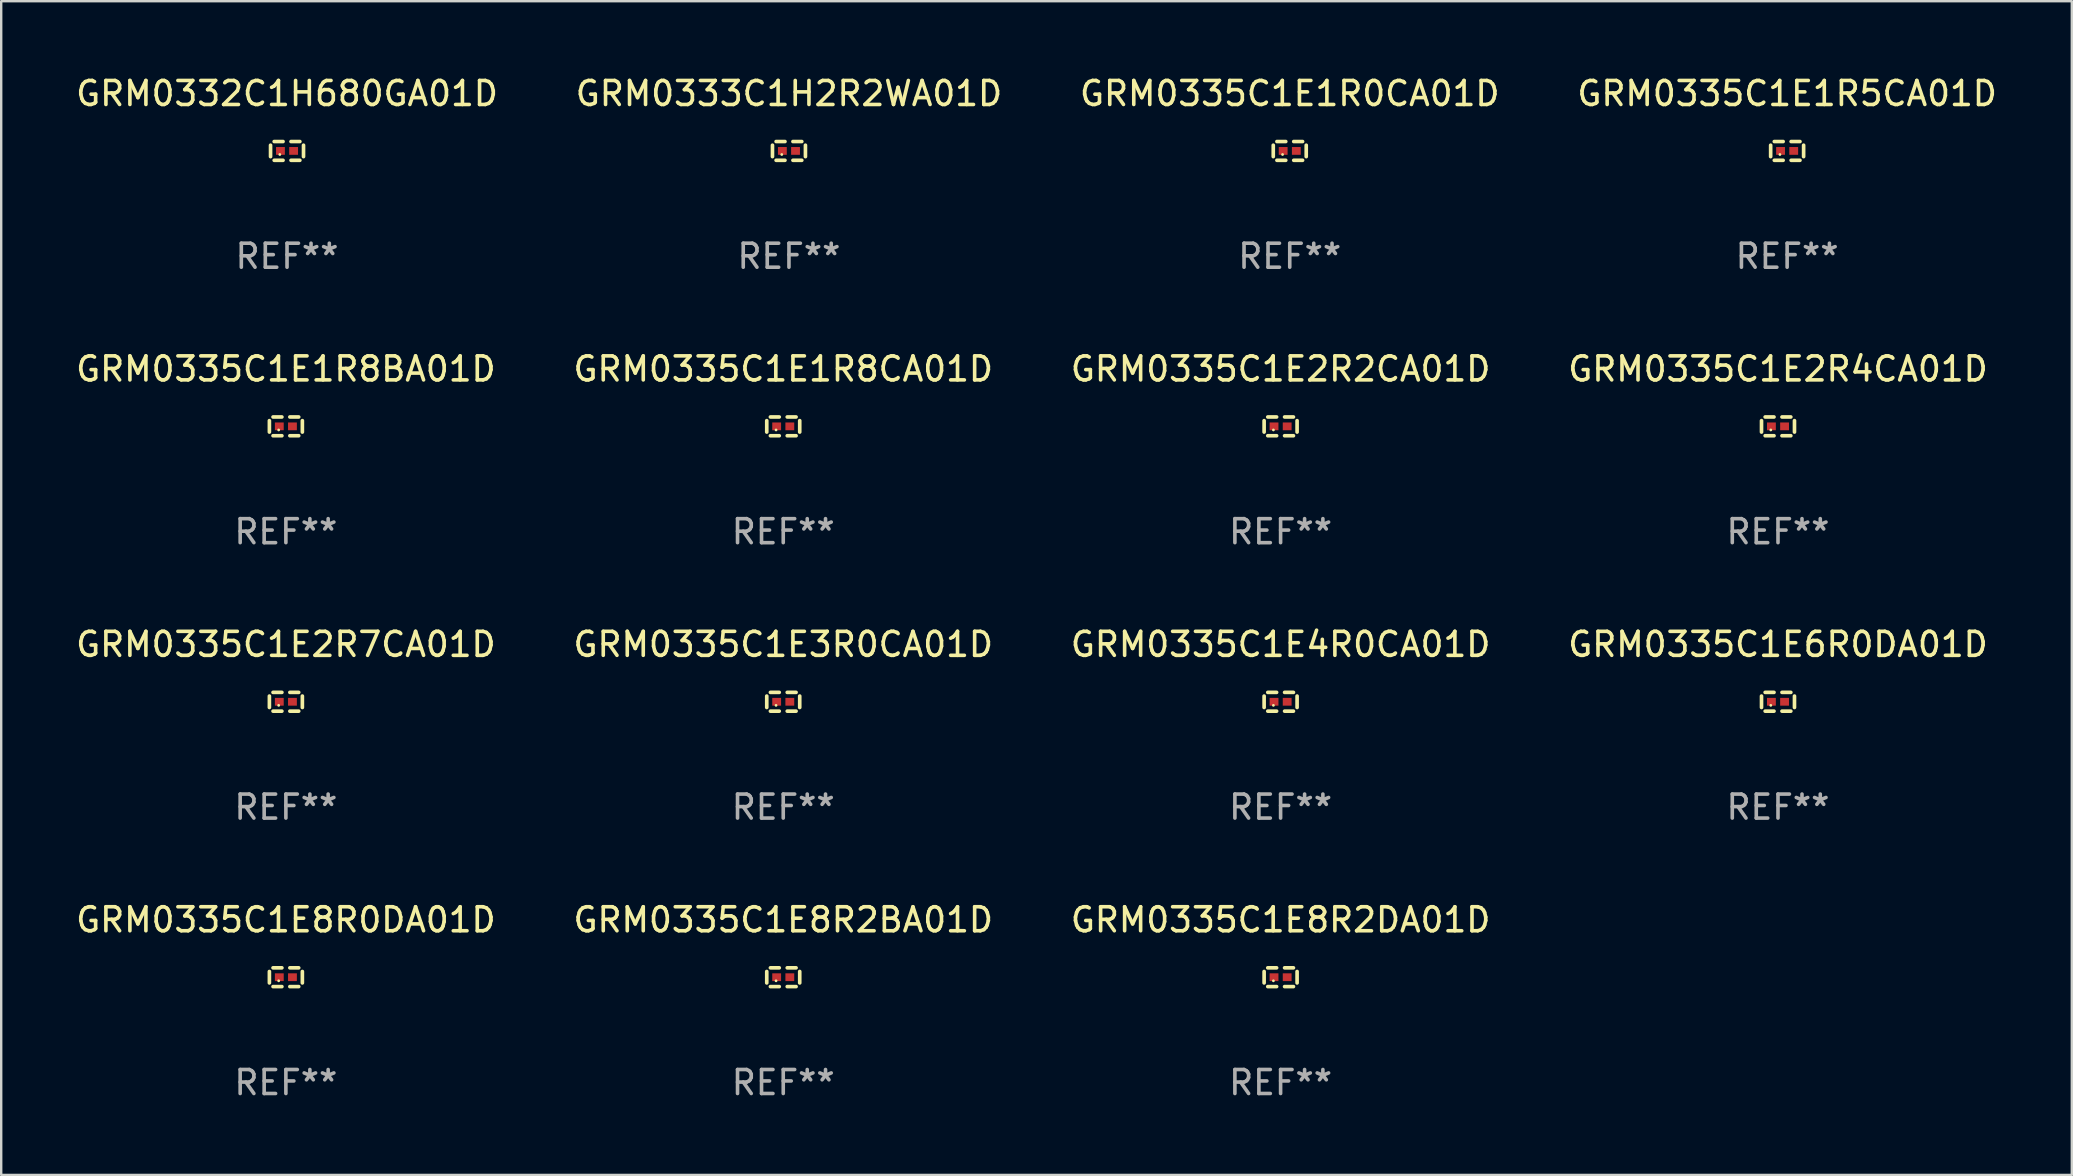
<source format=kicad_pcb>
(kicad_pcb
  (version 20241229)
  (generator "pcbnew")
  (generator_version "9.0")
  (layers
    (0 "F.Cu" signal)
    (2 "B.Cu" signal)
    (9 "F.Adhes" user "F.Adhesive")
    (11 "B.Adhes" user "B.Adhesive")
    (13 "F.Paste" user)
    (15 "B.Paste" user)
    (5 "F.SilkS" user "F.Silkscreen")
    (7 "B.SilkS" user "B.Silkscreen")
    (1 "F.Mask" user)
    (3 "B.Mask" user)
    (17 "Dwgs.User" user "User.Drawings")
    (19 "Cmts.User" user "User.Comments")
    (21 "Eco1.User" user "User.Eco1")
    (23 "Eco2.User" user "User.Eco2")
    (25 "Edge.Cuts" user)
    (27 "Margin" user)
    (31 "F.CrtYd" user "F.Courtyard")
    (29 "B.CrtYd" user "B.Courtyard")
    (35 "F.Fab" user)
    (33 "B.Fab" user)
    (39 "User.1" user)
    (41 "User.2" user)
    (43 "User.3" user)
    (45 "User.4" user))
  (footprint "GRM0335C1E8R0DA01D"
    (layer "F.Cu")
    (at 8.863 37.672)
    (property "Reference" "GRM0335C1E8R0DA01D" (at 0 -2.391 0) (layer "F.SilkS") (effects (font (size 1 1) (thickness 0.15))))
    (attr through_hole)
    (fp_line (start -0.687 0.238) (end -0.687 -0.238) (stroke (width 0.152) (type solid)) (layer "F.SilkS"))
    (fp_line (start -0.535 -0.391) (end -0.166 -0.391) (stroke (width 0.152) (type solid)) (layer "F.SilkS"))
    (fp_line (start -0.166 0.391) (end -0.535 0.391) (stroke (width 0.152) (type solid)) (layer "F.SilkS"))
    (fp_line (start 0.166 0.391) (end 0.535 0.391) (stroke (width 0.152) (type solid)) (layer "F.SilkS"))
    (fp_line (start 0.535 -0.391) (end 0.166 -0.391) (stroke (width 0.152) (type solid)) (layer "F.SilkS"))
    (fp_line (start 0.687 0.238) (end 0.687 -0.238) (stroke (width 0.152) (type solid)) (layer "F.SilkS"))
    (fp_circle (center -0.3 0.15) (end -0.27 0.15) (stroke (width 0.06) (type solid)) (fill no) (layer "F.SilkS"))
    (fp_text user "REF**" (at 0 4.391 0) (layer "F.Fab") (effects (font (size 1 1) (thickness 0.15))))
    (pad "1" smd rect (at -0.274 0) (size 0.368 0.324) (layers "F.Cu" "F.Mask" "F.Paste"))
    (pad "2" smd rect (at 0.274 0) (size 0.368 0.324) (layers "F.Cu" "F.Mask" "F.Paste")))
  (footprint "GRM0335C1E8R2BA01D"
    (layer "F.Cu")
    (at 29.589 37.672)
    (property "Reference" "GRM0335C1E8R2BA01D" (at 0 -2.391 0) (layer "F.SilkS") (effects (font (size 1 1) (thickness 0.15))))
    (attr through_hole)
    (fp_line (start -0.687 0.238) (end -0.687 -0.238) (stroke (width 0.152) (type solid)) (layer "F.SilkS"))
    (fp_line (start -0.535 -0.391) (end -0.166 -0.391) (stroke (width 0.152) (type solid)) (layer "F.SilkS"))
    (fp_line (start -0.166 0.391) (end -0.535 0.391) (stroke (width 0.152) (type solid)) (layer "F.SilkS"))
    (fp_line (start 0.166 0.391) (end 0.535 0.391) (stroke (width 0.152) (type solid)) (layer "F.SilkS"))
    (fp_line (start 0.535 -0.391) (end 0.166 -0.391) (stroke (width 0.152) (type solid)) (layer "F.SilkS"))
    (fp_line (start 0.687 0.238) (end 0.687 -0.238) (stroke (width 0.152) (type solid)) (layer "F.SilkS"))
    (fp_circle (center -0.3 0.15) (end -0.27 0.15) (stroke (width 0.06) (type solid)) (fill no) (layer "F.SilkS"))
    (fp_text user "REF**" (at 0 4.391 0) (layer "F.Fab") (effects (font (size 1 1) (thickness 0.15))))
    (pad "1" smd rect (at -0.274 0) (size 0.368 0.324) (layers "F.Cu" "F.Mask" "F.Paste"))
    (pad "2" smd rect (at 0.274 0) (size 0.368 0.324) (layers "F.Cu" "F.Mask" "F.Paste")))
  (footprint "GRM0335C1E1R5CA01D"
    (layer "F.Cu")
    (at 71.423 3.239)
    (property "Reference" "GRM0335C1E1R5CA01D" (at 0 -2.391 0) (layer "F.SilkS") (effects (font (size 1 1) (thickness 0.15))))
    (attr through_hole)
    (fp_line (start -0.687 0.238) (end -0.687 -0.238) (stroke (width 0.152) (type solid)) (layer "F.SilkS"))
    (fp_line (start -0.535 -0.391) (end -0.166 -0.391) (stroke (width 0.152) (type solid)) (layer "F.SilkS"))
    (fp_line (start -0.166 0.391) (end -0.535 0.391) (stroke (width 0.152) (type solid)) (layer "F.SilkS"))
    (fp_line (start 0.166 0.391) (end 0.535 0.391) (stroke (width 0.152) (type solid)) (layer "F.SilkS"))
    (fp_line (start 0.535 -0.391) (end 0.166 -0.391) (stroke (width 0.152) (type solid)) (layer "F.SilkS"))
    (fp_line (start 0.687 0.238) (end 0.687 -0.238) (stroke (width 0.152) (type solid)) (layer "F.SilkS"))
    (fp_circle (center -0.3 0.15) (end -0.27 0.15) (stroke (width 0.06) (type solid)) (fill no) (layer "F.SilkS"))
    (fp_text user "REF**" (at 0 4.391 0) (layer "F.Fab") (effects (font (size 1 1) (thickness 0.15))))
    (pad "1" smd rect (at -0.274 0) (size 0.368 0.324) (layers "F.Cu" "F.Mask" "F.Paste"))
    (pad "2" smd rect (at 0.274 0) (size 0.368 0.324) (layers "F.Cu" "F.Mask" "F.Paste")))
  (footprint "GRM0335C1E2R7CA01D"
    (layer "F.Cu")
    (at 8.863 26.194)
    (property "Reference" "GRM0335C1E2R7CA01D" (at 0 -2.391 0) (layer "F.SilkS") (effects (font (size 1 1) (thickness 0.15))))
    (attr through_hole)
    (fp_line (start -0.687 0.238) (end -0.687 -0.238) (stroke (width 0.152) (type solid)) (layer "F.SilkS"))
    (fp_line (start -0.535 -0.391) (end -0.166 -0.391) (stroke (width 0.152) (type solid)) (layer "F.SilkS"))
    (fp_line (start -0.166 0.391) (end -0.535 0.391) (stroke (width 0.152) (type solid)) (layer "F.SilkS"))
    (fp_line (start 0.166 0.391) (end 0.535 0.391) (stroke (width 0.152) (type solid)) (layer "F.SilkS"))
    (fp_line (start 0.535 -0.391) (end 0.166 -0.391) (stroke (width 0.152) (type solid)) (layer "F.SilkS"))
    (fp_line (start 0.687 0.238) (end 0.687 -0.238) (stroke (width 0.152) (type solid)) (layer "F.SilkS"))
    (fp_circle (center -0.3 0.15) (end -0.27 0.15) (stroke (width 0.06) (type solid)) (fill no) (layer "F.SilkS"))
    (fp_text user "REF**" (at 0 4.391 0) (layer "F.Fab") (effects (font (size 1 1) (thickness 0.15))))
    (pad "1" smd rect (at -0.274 0) (size 0.368 0.324) (layers "F.Cu" "F.Mask" "F.Paste"))
    (pad "2" smd rect (at 0.274 0) (size 0.368 0.324) (layers "F.Cu" "F.Mask" "F.Paste")))
  (footprint "GRM0335C1E2R2CA01D"
    (layer "F.Cu")
    (at 50.315 14.717)
    (property "Reference" "GRM0335C1E2R2CA01D" (at 0 -2.391 0) (layer "F.SilkS") (effects (font (size 1 1) (thickness 0.15))))
    (attr through_hole)
    (fp_line (start -0.687 0.238) (end -0.687 -0.238) (stroke (width 0.152) (type solid)) (layer "F.SilkS"))
    (fp_line (start -0.535 -0.391) (end -0.166 -0.391) (stroke (width 0.152) (type solid)) (layer "F.SilkS"))
    (fp_line (start -0.166 0.391) (end -0.535 0.391) (stroke (width 0.152) (type solid)) (layer "F.SilkS"))
    (fp_line (start 0.166 0.391) (end 0.535 0.391) (stroke (width 0.152) (type solid)) (layer "F.SilkS"))
    (fp_line (start 0.535 -0.391) (end 0.166 -0.391) (stroke (width 0.152) (type solid)) (layer "F.SilkS"))
    (fp_line (start 0.687 0.238) (end 0.687 -0.238) (stroke (width 0.152) (type solid)) (layer "F.SilkS"))
    (fp_circle (center -0.3 0.15) (end -0.27 0.15) (stroke (width 0.06) (type solid)) (fill no) (layer "F.SilkS"))
    (fp_text user "REF**" (at 0 4.391 0) (layer "F.Fab") (effects (font (size 1 1) (thickness 0.15))))
    (pad "1" smd rect (at -0.274 0) (size 0.368 0.324) (layers "F.Cu" "F.Mask" "F.Paste"))
    (pad "2" smd rect (at 0.274 0) (size 0.368 0.324) (layers "F.Cu" "F.Mask" "F.Paste")))
  (footprint "GRM0335C1E8R2DA01D"
    (layer "F.Cu")
    (at 50.315 37.672)
    (property "Reference" "GRM0335C1E8R2DA01D" (at 0 -2.391 0) (layer "F.SilkS") (effects (font (size 1 1) (thickness 0.15))))
    (attr through_hole)
    (fp_line (start -0.687 0.238) (end -0.687 -0.238) (stroke (width 0.152) (type solid)) (layer "F.SilkS"))
    (fp_line (start -0.535 -0.391) (end -0.166 -0.391) (stroke (width 0.152) (type solid)) (layer "F.SilkS"))
    (fp_line (start -0.166 0.391) (end -0.535 0.391) (stroke (width 0.152) (type solid)) (layer "F.SilkS"))
    (fp_line (start 0.166 0.391) (end 0.535 0.391) (stroke (width 0.152) (type solid)) (layer "F.SilkS"))
    (fp_line (start 0.535 -0.391) (end 0.166 -0.391) (stroke (width 0.152) (type solid)) (layer "F.SilkS"))
    (fp_line (start 0.687 0.238) (end 0.687 -0.238) (stroke (width 0.152) (type solid)) (layer "F.SilkS"))
    (fp_circle (center -0.3 0.15) (end -0.27 0.15) (stroke (width 0.06) (type solid)) (fill no) (layer "F.SilkS"))
    (fp_text user "REF**" (at 0 4.391 0) (layer "F.Fab") (effects (font (size 1 1) (thickness 0.15))))
    (pad "1" smd rect (at -0.274 0) (size 0.368 0.324) (layers "F.Cu" "F.Mask" "F.Paste"))
    (pad "2" smd rect (at 0.274 0) (size 0.368 0.324) (layers "F.Cu" "F.Mask" "F.Paste")))
  (footprint "GRM0335C1E6R0DA01D"
    (layer "F.Cu")
    (at 71.042 26.194)
    (property "Reference" "GRM0335C1E6R0DA01D" (at 0 -2.391 0) (layer "F.SilkS") (effects (font (size 1 1) (thickness 0.15))))
    (attr through_hole)
    (fp_line (start -0.687 0.238) (end -0.687 -0.238) (stroke (width 0.152) (type solid)) (layer "F.SilkS"))
    (fp_line (start -0.535 -0.391) (end -0.166 -0.391) (stroke (width 0.152) (type solid)) (layer "F.SilkS"))
    (fp_line (start -0.166 0.391) (end -0.535 0.391) (stroke (width 0.152) (type solid)) (layer "F.SilkS"))
    (fp_line (start 0.166 0.391) (end 0.535 0.391) (stroke (width 0.152) (type solid)) (layer "F.SilkS"))
    (fp_line (start 0.535 -0.391) (end 0.166 -0.391) (stroke (width 0.152) (type solid)) (layer "F.SilkS"))
    (fp_line (start 0.687 0.238) (end 0.687 -0.238) (stroke (width 0.152) (type solid)) (layer "F.SilkS"))
    (fp_circle (center -0.3 0.15) (end -0.27 0.15) (stroke (width 0.06) (type solid)) (fill no) (layer "F.SilkS"))
    (fp_text user "REF**" (at 0 4.391 0) (layer "F.Fab") (effects (font (size 1 1) (thickness 0.15))))
    (pad "1" smd rect (at -0.274 0) (size 0.368 0.324) (layers "F.Cu" "F.Mask" "F.Paste"))
    (pad "2" smd rect (at 0.274 0) (size 0.368 0.324) (layers "F.Cu" "F.Mask" "F.Paste")))
  (footprint "GRM0333C1H2R2WA01D"
    (layer "F.Cu")
    (at 29.827 3.239)
    (property "Reference" "GRM0333C1H2R2WA01D" (at 0 -2.391 0) (layer "F.SilkS") (effects (font (size 1 1) (thickness 0.15))))
    (attr through_hole)
    (fp_line (start -0.687 0.238) (end -0.687 -0.238) (stroke (width 0.152) (type solid)) (layer "F.SilkS"))
    (fp_line (start -0.535 -0.391) (end -0.166 -0.391) (stroke (width 0.152) (type solid)) (layer "F.SilkS"))
    (fp_line (start -0.166 0.391) (end -0.535 0.391) (stroke (width 0.152) (type solid)) (layer "F.SilkS"))
    (fp_line (start 0.166 0.391) (end 0.535 0.391) (stroke (width 0.152) (type solid)) (layer "F.SilkS"))
    (fp_line (start 0.535 -0.391) (end 0.166 -0.391) (stroke (width 0.152) (type solid)) (layer "F.SilkS"))
    (fp_line (start 0.687 0.238) (end 0.687 -0.238) (stroke (width 0.152) (type solid)) (layer "F.SilkS"))
    (fp_circle (center -0.3 0.15) (end -0.27 0.15) (stroke (width 0.06) (type solid)) (fill no) (layer "F.SilkS"))
    (fp_text user "REF**" (at 0 4.391 0) (layer "F.Fab") (effects (font (size 1 1) (thickness 0.15))))
    (pad "1" smd rect (at -0.274 0) (size 0.368 0.324) (layers "F.Cu" "F.Mask" "F.Paste"))
    (pad "2" smd rect (at 0.274 0) (size 0.368 0.324) (layers "F.Cu" "F.Mask" "F.Paste")))
  (footprint "GRM0335C1E1R8BA01D"
    (layer "F.Cu")
    (at 8.863 14.717)
    (property "Reference" "GRM0335C1E1R8BA01D" (at 0 -2.391 0) (layer "F.SilkS") (effects (font (size 1 1) (thickness 0.15))))
    (attr through_hole)
    (fp_line (start -0.687 0.238) (end -0.687 -0.238) (stroke (width 0.152) (type solid)) (layer "F.SilkS"))
    (fp_line (start -0.535 -0.391) (end -0.166 -0.391) (stroke (width 0.152) (type solid)) (layer "F.SilkS"))
    (fp_line (start -0.166 0.391) (end -0.535 0.391) (stroke (width 0.152) (type solid)) (layer "F.SilkS"))
    (fp_line (start 0.166 0.391) (end 0.535 0.391) (stroke (width 0.152) (type solid)) (layer "F.SilkS"))
    (fp_line (start 0.535 -0.391) (end 0.166 -0.391) (stroke (width 0.152) (type solid)) (layer "F.SilkS"))
    (fp_line (start 0.687 0.238) (end 0.687 -0.238) (stroke (width 0.152) (type solid)) (layer "F.SilkS"))
    (fp_circle (center -0.3 0.15) (end -0.27 0.15) (stroke (width 0.06) (type solid)) (fill no) (layer "F.SilkS"))
    (fp_text user "REF**" (at 0 4.391 0) (layer "F.Fab") (effects (font (size 1 1) (thickness 0.15))))
    (pad "1" smd rect (at -0.274 0) (size 0.368 0.324) (layers "F.Cu" "F.Mask" "F.Paste"))
    (pad "2" smd rect (at 0.274 0) (size 0.368 0.324) (layers "F.Cu" "F.Mask" "F.Paste")))
  (footprint "GRM0335C1E4R0CA01D"
    (layer "F.Cu")
    (at 50.315 26.194)
    (property "Reference" "GRM0335C1E4R0CA01D" (at 0 -2.391 0) (layer "F.SilkS") (effects (font (size 1 1) (thickness 0.15))))
    (attr through_hole)
    (fp_line (start -0.687 0.238) (end -0.687 -0.238) (stroke (width 0.152) (type solid)) (layer "F.SilkS"))
    (fp_line (start -0.535 -0.391) (end -0.166 -0.391) (stroke (width 0.152) (type solid)) (layer "F.SilkS"))
    (fp_line (start -0.166 0.391) (end -0.535 0.391) (stroke (width 0.152) (type solid)) (layer "F.SilkS"))
    (fp_line (start 0.166 0.391) (end 0.535 0.391) (stroke (width 0.152) (type solid)) (layer "F.SilkS"))
    (fp_line (start 0.535 -0.391) (end 0.166 -0.391) (stroke (width 0.152) (type solid)) (layer "F.SilkS"))
    (fp_line (start 0.687 0.238) (end 0.687 -0.238) (stroke (width 0.152) (type solid)) (layer "F.SilkS"))
    (fp_circle (center -0.3 0.15) (end -0.27 0.15) (stroke (width 0.06) (type solid)) (fill no) (layer "F.SilkS"))
    (fp_text user "REF**" (at 0 4.391 0) (layer "F.Fab") (effects (font (size 1 1) (thickness 0.15))))
    (pad "1" smd rect (at -0.274 0) (size 0.368 0.324) (layers "F.Cu" "F.Mask" "F.Paste"))
    (pad "2" smd rect (at 0.274 0) (size 0.368 0.324) (layers "F.Cu" "F.Mask" "F.Paste")))
  (footprint "GRM0335C1E1R0CA01D"
    (layer "F.Cu")
    (at 50.696 3.239)
    (property "Reference" "GRM0335C1E1R0CA01D" (at 0 -2.391 0) (layer "F.SilkS") (effects (font (size 1 1) (thickness 0.15))))
    (attr through_hole)
    (fp_line (start -0.687 0.238) (end -0.687 -0.238) (stroke (width 0.152) (type solid)) (layer "F.SilkS"))
    (fp_line (start -0.535 -0.391) (end -0.166 -0.391) (stroke (width 0.152) (type solid)) (layer "F.SilkS"))
    (fp_line (start -0.166 0.391) (end -0.535 0.391) (stroke (width 0.152) (type solid)) (layer "F.SilkS"))
    (fp_line (start 0.166 0.391) (end 0.535 0.391) (stroke (width 0.152) (type solid)) (layer "F.SilkS"))
    (fp_line (start 0.535 -0.391) (end 0.166 -0.391) (stroke (width 0.152) (type solid)) (layer "F.SilkS"))
    (fp_line (start 0.687 0.238) (end 0.687 -0.238) (stroke (width 0.152) (type solid)) (layer "F.SilkS"))
    (fp_circle (center -0.3 0.15) (end -0.27 0.15) (stroke (width 0.06) (type solid)) (fill no) (layer "F.SilkS"))
    (fp_text user "REF**" (at 0 4.391 0) (layer "F.Fab") (effects (font (size 1 1) (thickness 0.15))))
    (pad "1" smd rect (at -0.274 0) (size 0.368 0.324) (layers "F.Cu" "F.Mask" "F.Paste"))
    (pad "2" smd rect (at 0.274 0) (size 0.368 0.324) (layers "F.Cu" "F.Mask" "F.Paste")))
  (footprint "GRM0332C1H680GA01D"
    (layer "F.Cu")
    (at 8.911 3.239)
    (property "Reference" "GRM0332C1H680GA01D" (at 0 -2.391 0) (layer "F.SilkS") (effects (font (size 1 1) (thickness 0.15))))
    (attr through_hole)
    (fp_line (start -0.687 0.238) (end -0.687 -0.238) (stroke (width 0.152) (type solid)) (layer "F.SilkS"))
    (fp_line (start -0.535 -0.391) (end -0.166 -0.391) (stroke (width 0.152) (type solid)) (layer "F.SilkS"))
    (fp_line (start -0.166 0.391) (end -0.535 0.391) (stroke (width 0.152) (type solid)) (layer "F.SilkS"))
    (fp_line (start 0.166 0.391) (end 0.535 0.391) (stroke (width 0.152) (type solid)) (layer "F.SilkS"))
    (fp_line (start 0.535 -0.391) (end 0.166 -0.391) (stroke (width 0.152) (type solid)) (layer "F.SilkS"))
    (fp_line (start 0.687 0.238) (end 0.687 -0.238) (stroke (width 0.152) (type solid)) (layer "F.SilkS"))
    (fp_circle (center -0.3 0.15) (end -0.27 0.15) (stroke (width 0.06) (type solid)) (fill no) (layer "F.SilkS"))
    (fp_text user "REF**" (at 0 4.391 0) (layer "F.Fab") (effects (font (size 1 1) (thickness 0.15))))
    (pad "1" smd rect (at -0.274 0) (size 0.368 0.324) (layers "F.Cu" "F.Mask" "F.Paste"))
    (pad "2" smd rect (at 0.274 0) (size 0.368 0.324) (layers "F.Cu" "F.Mask" "F.Paste")))
  (footprint "GRM0335C1E3R0CA01D"
    (layer "F.Cu")
    (at 29.589 26.194)
    (property "Reference" "GRM0335C1E3R0CA01D" (at 0 -2.391 0) (layer "F.SilkS") (effects (font (size 1 1) (thickness 0.15))))
    (attr through_hole)
    (fp_line (start -0.687 0.238) (end -0.687 -0.238) (stroke (width 0.152) (type solid)) (layer "F.SilkS"))
    (fp_line (start -0.535 -0.391) (end -0.166 -0.391) (stroke (width 0.152) (type solid)) (layer "F.SilkS"))
    (fp_line (start -0.166 0.391) (end -0.535 0.391) (stroke (width 0.152) (type solid)) (layer "F.SilkS"))
    (fp_line (start 0.166 0.391) (end 0.535 0.391) (stroke (width 0.152) (type solid)) (layer "F.SilkS"))
    (fp_line (start 0.535 -0.391) (end 0.166 -0.391) (stroke (width 0.152) (type solid)) (layer "F.SilkS"))
    (fp_line (start 0.687 0.238) (end 0.687 -0.238) (stroke (width 0.152) (type solid)) (layer "F.SilkS"))
    (fp_circle (center -0.3 0.15) (end -0.27 0.15) (stroke (width 0.06) (type solid)) (fill no) (layer "F.SilkS"))
    (fp_text user "REF**" (at 0 4.391 0) (layer "F.Fab") (effects (font (size 1 1) (thickness 0.15))))
    (pad "1" smd rect (at -0.274 0) (size 0.368 0.324) (layers "F.Cu" "F.Mask" "F.Paste"))
    (pad "2" smd rect (at 0.274 0) (size 0.368 0.324) (layers "F.Cu" "F.Mask" "F.Paste")))
  (footprint "GRM0335C1E1R8CA01D"
    (layer "F.Cu")
    (at 29.589 14.717)
    (property "Reference" "GRM0335C1E1R8CA01D" (at 0 -2.391 0) (layer "F.SilkS") (effects (font (size 1 1) (thickness 0.15))))
    (attr through_hole)
    (fp_line (start -0.687 0.238) (end -0.687 -0.238) (stroke (width 0.152) (type solid)) (layer "F.SilkS"))
    (fp_line (start -0.535 -0.391) (end -0.166 -0.391) (stroke (width 0.152) (type solid)) (layer "F.SilkS"))
    (fp_line (start -0.166 0.391) (end -0.535 0.391) (stroke (width 0.152) (type solid)) (layer "F.SilkS"))
    (fp_line (start 0.166 0.391) (end 0.535 0.391) (stroke (width 0.152) (type solid)) (layer "F.SilkS"))
    (fp_line (start 0.535 -0.391) (end 0.166 -0.391) (stroke (width 0.152) (type solid)) (layer "F.SilkS"))
    (fp_line (start 0.687 0.238) (end 0.687 -0.238) (stroke (width 0.152) (type solid)) (layer "F.SilkS"))
    (fp_circle (center -0.3 0.15) (end -0.27 0.15) (stroke (width 0.06) (type solid)) (fill no) (layer "F.SilkS"))
    (fp_text user "REF**" (at 0 4.391 0) (layer "F.Fab") (effects (font (size 1 1) (thickness 0.15))))
    (pad "1" smd rect (at -0.274 0) (size 0.368 0.324) (layers "F.Cu" "F.Mask" "F.Paste"))
    (pad "2" smd rect (at 0.274 0) (size 0.368 0.324) (layers "F.Cu" "F.Mask" "F.Paste")))
  (footprint "GRM0335C1E2R4CA01D"
    (layer "F.Cu")
    (at 71.042 14.717)
    (property "Reference" "GRM0335C1E2R4CA01D" (at 0 -2.391 0) (layer "F.SilkS") (effects (font (size 1 1) (thickness 0.15))))
    (attr through_hole)
    (fp_line (start -0.687 0.238) (end -0.687 -0.238) (stroke (width 0.152) (type solid)) (layer "F.SilkS"))
    (fp_line (start -0.535 -0.391) (end -0.166 -0.391) (stroke (width 0.152) (type solid)) (layer "F.SilkS"))
    (fp_line (start -0.166 0.391) (end -0.535 0.391) (stroke (width 0.152) (type solid)) (layer "F.SilkS"))
    (fp_line (start 0.166 0.391) (end 0.535 0.391) (stroke (width 0.152) (type solid)) (layer "F.SilkS"))
    (fp_line (start 0.535 -0.391) (end 0.166 -0.391) (stroke (width 0.152) (type solid)) (layer "F.SilkS"))
    (fp_line (start 0.687 0.238) (end 0.687 -0.238) (stroke (width 0.152) (type solid)) (layer "F.SilkS"))
    (fp_circle (center -0.3 0.15) (end -0.27 0.15) (stroke (width 0.06) (type solid)) (fill no) (layer "F.SilkS"))
    (fp_text user "REF**" (at 0 4.391 0) (layer "F.Fab") (effects (font (size 1 1) (thickness 0.15))))
    (pad "1" smd rect (at -0.274 0) (size 0.368 0.324) (layers "F.Cu" "F.Mask" "F.Paste"))
    (pad "2" smd rect (at 0.274 0) (size 0.368 0.324) (layers "F.Cu" "F.Mask" "F.Paste")))
  (gr_rect
    (start -3 -3)
    (end 83.286 45.911)
    (stroke (width 0.1) (type default))
    (fill no)
    (layer "Edge.Cuts")))
</source>
